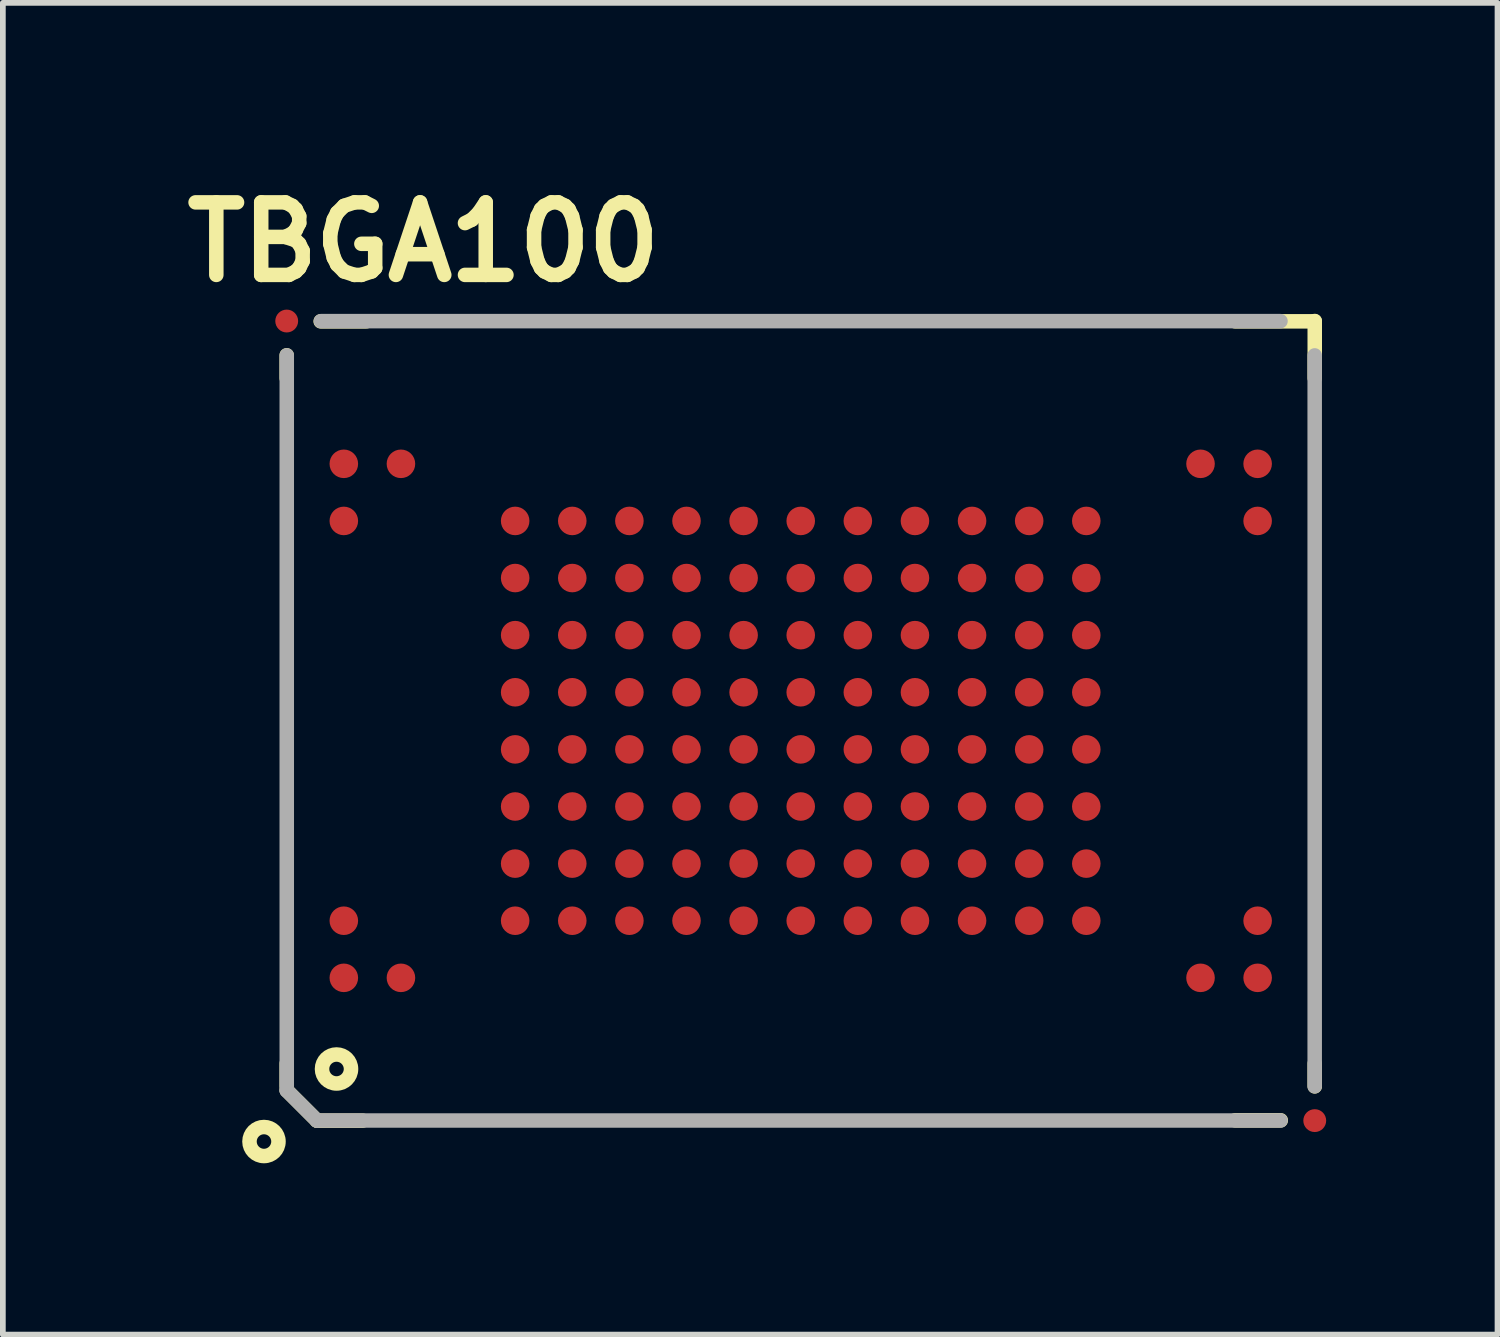
<source format=kicad_pcb>
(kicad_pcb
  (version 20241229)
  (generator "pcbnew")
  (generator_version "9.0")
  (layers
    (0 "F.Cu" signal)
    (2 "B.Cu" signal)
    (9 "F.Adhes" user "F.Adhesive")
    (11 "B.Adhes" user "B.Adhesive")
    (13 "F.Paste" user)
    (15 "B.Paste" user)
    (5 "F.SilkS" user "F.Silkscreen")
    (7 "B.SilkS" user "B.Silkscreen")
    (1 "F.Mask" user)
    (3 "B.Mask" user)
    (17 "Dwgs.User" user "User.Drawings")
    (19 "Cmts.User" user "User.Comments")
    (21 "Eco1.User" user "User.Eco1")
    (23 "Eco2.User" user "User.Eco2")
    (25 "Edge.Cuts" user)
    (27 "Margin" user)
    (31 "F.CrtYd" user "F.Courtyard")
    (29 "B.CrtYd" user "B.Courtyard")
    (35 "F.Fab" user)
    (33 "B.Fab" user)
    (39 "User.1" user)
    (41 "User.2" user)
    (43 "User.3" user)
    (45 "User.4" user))
  (footprint "TBGA100"
    (layer "F.Cu")
    (at 10.97 9.571)
    (property "Reference" "TBGA100" (at -6.604 -8.382 0) (layer "F.SilkS") (effects (font (size 1.27 1.27) (thickness 0.254))))
    (attr smd)
    (fp_line (start -9 -6.4) (end -9 -6) (stroke (width 0.254) (type solid)) (layer "F.SilkS"))
    (fp_line (start -9 6) (end -9 6.4) (stroke (width 0.254) (type solid)) (layer "F.SilkS"))
    (fp_line (start -8.47 7) (end -9 6.47) (stroke (width 0.254) (type solid)) (layer "F.SilkS"))
    (fp_line (start -8.405 -6.995) (end -7.605 -6.995) (stroke (width 0.254) (type solid)) (layer "F.SilkS"))
    (fp_line (start -7.67 7) (end -8.47 7) (stroke (width 0.254) (type solid)) (layer "F.SilkS"))
    (fp_line (start 7.605 -6.995) (end 9 -6.995) (stroke (width 0.254) (type solid)) (layer "F.SilkS"))
    (fp_line (start 7.605 6.995) (end 8.405 6.995) (stroke (width 0.254) (type solid)) (layer "F.SilkS"))
    (fp_line (start 9 -7) (end 9 -6) (stroke (width 0.254) (type solid)) (layer "F.SilkS"))
    (fp_line (start 9 6) (end 9 6.4) (stroke (width 0.254) (type solid)) (layer "F.SilkS"))
    (fp_circle (center -9.398 7.366) (end -9.144 7.366) (stroke (width 0.254) (type solid)) (fill no) (layer "F.SilkS"))
    (fp_circle (center -8.128 6.096) (end -7.874 6.096) (stroke (width 0.254) (type solid)) (fill no) (layer "F.SilkS"))
    (fp_line (start -8.999 -6.398) (end -8.999 6.472) (stroke (width 0.254) (type solid)) (layer "F.Fab"))
    (fp_line (start -8.999 6.472) (end -8.471 6.998) (stroke (width 0.254) (type solid)) (layer "F.Fab"))
    (fp_line (start -8.471 6.998) (end 8.4 6.998) (stroke (width 0.254) (type solid)) (layer "F.Fab"))
    (fp_line (start 8.4 -6.998) (end -8.4 -6.998) (stroke (width 0.254) (type solid)) (layer "F.Fab"))
    (fp_line (start 8.999 6.398) (end 8.999 -6.398) (stroke (width 0.254) (type solid)) (layer "F.Fab"))
    (pad "A1" smd circle (at -8 4.5 90) (size 0.5 0.5) (layers "F.Cu" "F.Mask" "F.Paste"))
    (pad "A2" smd circle (at -8 3.5 90) (size 0.5 0.5) (layers "F.Cu" "F.Mask" "F.Paste"))
    (pad "A9" smd circle (at -8 -3.5 90) (size 0.5 0.5) (layers "F.Cu" "F.Mask" "F.Paste"))
    (pad "A10" smd circle (at -8 -4.5 90) (size 0.5 0.5) (layers "F.Cu" "F.Mask" "F.Paste"))
    (pad "B1" smd circle (at -7 4.5 90) (size 0.5 0.5) (layers "F.Cu" "F.Mask" "F.Paste"))
    (pad "B10" smd circle (at -7 -4.5 90) (size 0.5 0.5) (layers "F.Cu" "F.Mask" "F.Paste"))
    (pad "D2" smd circle (at -5 3.5 90) (size 0.5 0.5) (layers "F.Cu" "F.Mask" "F.Paste"))
    (pad "D3" smd circle (at -5 2.5 90) (size 0.5 0.5) (layers "F.Cu" "F.Mask" "F.Paste"))
    (pad "D4" smd circle (at -5 1.5 90) (size 0.5 0.5) (layers "F.Cu" "F.Mask" "F.Paste"))
    (pad "D5" smd circle (at -5 0.5 90) (size 0.5 0.5) (layers "F.Cu" "F.Mask" "F.Paste"))
    (pad "D6" smd circle (at -5 -0.5 90) (size 0.5 0.5) (layers "F.Cu" "F.Mask" "F.Paste"))
    (pad "D7" smd circle (at -5 -1.5 90) (size 0.5 0.5) (layers "F.Cu" "F.Mask" "F.Paste"))
    (pad "D8" smd circle (at -5 -2.5 90) (size 0.5 0.5) (layers "F.Cu" "F.Mask" "F.Paste"))
    (pad "D9" smd circle (at -5 -3.5 90) (size 0.5 0.5) (layers "F.Cu" "F.Mask" "F.Paste"))
    (pad "E2" smd circle (at -4 3.5 90) (size 0.5 0.5) (layers "F.Cu" "F.Mask" "F.Paste"))
    (pad "E3" smd circle (at -4 2.5 90) (size 0.5 0.5) (layers "F.Cu" "F.Mask" "F.Paste"))
    (pad "E4" smd circle (at -4 1.5 90) (size 0.5 0.5) (layers "F.Cu" "F.Mask" "F.Paste"))
    (pad "E5" smd circle (at -4 0.5 90) (size 0.5 0.5) (layers "F.Cu" "F.Mask" "F.Paste"))
    (pad "E6" smd circle (at -4 -0.5 90) (size 0.5 0.5) (layers "F.Cu" "F.Mask" "F.Paste"))
    (pad "E7" smd circle (at -4 -1.5 90) (size 0.5 0.5) (layers "F.Cu" "F.Mask" "F.Paste"))
    (pad "E8" smd circle (at -4 -2.5 90) (size 0.5 0.5) (layers "F.Cu" "F.Mask" "F.Paste"))
    (pad "E9" smd circle (at -4 -3.5 90) (size 0.5 0.5) (layers "F.Cu" "F.Mask" "F.Paste"))
    (pad "F2" smd circle (at -3 3.5 90) (size 0.5 0.5) (layers "F.Cu" "F.Mask" "F.Paste"))
    (pad "F3" smd circle (at -3 2.5 90) (size 0.5 0.5) (layers "F.Cu" "F.Mask" "F.Paste"))
    (pad "F4" smd circle (at -3 1.5 90) (size 0.5 0.5) (layers "F.Cu" "F.Mask" "F.Paste"))
    (pad "F5" smd circle (at -3 0.5 90) (size 0.5 0.5) (layers "F.Cu" "F.Mask" "F.Paste"))
    (pad "F6" smd circle (at -3 -0.5 90) (size 0.5 0.5) (layers "F.Cu" "F.Mask" "F.Paste"))
    (pad "F7" smd circle (at -3 -1.5 90) (size 0.5 0.5) (layers "F.Cu" "F.Mask" "F.Paste"))
    (pad "F8" smd circle (at -3 -2.5 90) (size 0.5 0.5) (layers "F.Cu" "F.Mask" "F.Paste"))
    (pad "F9" smd circle (at -3 -3.5 90) (size 0.5 0.5) (layers "F.Cu" "F.Mask" "F.Paste"))
    (pad "FID1" smd circle (at 9 7 90) (size 0.4 0.4) (layers "F.Cu" "F.Mask"))
    (pad "FID3" smd circle (at -9 -7 90) (size 0.4 0.4) (layers "F.Cu" "F.Mask"))
    (pad "G2" smd circle (at -2 3.5 90) (size 0.5 0.5) (layers "F.Cu" "F.Mask" "F.Paste"))
    (pad "G3" smd circle (at -2 2.5 90) (size 0.5 0.5) (layers "F.Cu" "F.Mask" "F.Paste"))
    (pad "G4" smd circle (at -2 1.5 90) (size 0.5 0.5) (layers "F.Cu" "F.Mask" "F.Paste"))
    (pad "G5" smd circle (at -2 0.5 90) (size 0.5 0.5) (layers "F.Cu" "F.Mask" "F.Paste"))
    (pad "G6" smd circle (at -2 -0.5 90) (size 0.5 0.5) (layers "F.Cu" "F.Mask" "F.Paste"))
    (pad "G7" smd circle (at -2 -1.5 90) (size 0.5 0.5) (layers "F.Cu" "F.Mask" "F.Paste"))
    (pad "G8" smd circle (at -2 -2.5 90) (size 0.5 0.5) (layers "F.Cu" "F.Mask" "F.Paste"))
    (pad "G9" smd circle (at -2 -3.5 90) (size 0.5 0.5) (layers "F.Cu" "F.Mask" "F.Paste"))
    (pad "H2" smd circle (at -1 3.5 90) (size 0.5 0.5) (layers "F.Cu" "F.Mask" "F.Paste"))
    (pad "H3" smd circle (at -1 2.5 90) (size 0.5 0.5) (layers "F.Cu" "F.Mask" "F.Paste"))
    (pad "H4" smd circle (at -1 1.5 90) (size 0.5 0.5) (layers "F.Cu" "F.Mask" "F.Paste"))
    (pad "H5" smd circle (at -1 0.5 90) (size 0.5 0.5) (layers "F.Cu" "F.Mask" "F.Paste"))
    (pad "H6" smd circle (at -1 -0.5 90) (size 0.5 0.5) (layers "F.Cu" "F.Mask" "F.Paste"))
    (pad "H7" smd circle (at -1 -1.5 90) (size 0.5 0.5) (layers "F.Cu" "F.Mask" "F.Paste"))
    (pad "H8" smd circle (at -1 -2.5 90) (size 0.5 0.5) (layers "F.Cu" "F.Mask" "F.Paste"))
    (pad "H9" smd circle (at -1 -3.5 90) (size 0.5 0.5) (layers "F.Cu" "F.Mask" "F.Paste"))
    (pad "J2" smd circle (at 0 3.5 90) (size 0.5 0.5) (layers "F.Cu" "F.Mask" "F.Paste"))
    (pad "J3" smd circle (at 0 2.5 90) (size 0.5 0.5) (layers "F.Cu" "F.Mask" "F.Paste"))
    (pad "J4" smd circle (at 0 1.5 90) (size 0.5 0.5) (layers "F.Cu" "F.Mask" "F.Paste"))
    (pad "J5" smd circle (at 0 0.5 90) (size 0.5 0.5) (layers "F.Cu" "F.Mask" "F.Paste"))
    (pad "J6" smd circle (at 0 -0.5 90) (size 0.5 0.5) (layers "F.Cu" "F.Mask" "F.Paste"))
    (pad "J7" smd circle (at 0 -1.5 90) (size 0.5 0.5) (layers "F.Cu" "F.Mask" "F.Paste"))
    (pad "J8" smd circle (at 0 -2.5 90) (size 0.5 0.5) (layers "F.Cu" "F.Mask" "F.Paste"))
    (pad "J9" smd circle (at 0 -3.5 90) (size 0.5 0.5) (layers "F.Cu" "F.Mask" "F.Paste"))
    (pad "K2" smd circle (at 1 3.5 90) (size 0.5 0.5) (layers "F.Cu" "F.Mask" "F.Paste"))
    (pad "K3" smd circle (at 1 2.5 90) (size 0.5 0.5) (layers "F.Cu" "F.Mask" "F.Paste"))
    (pad "K4" smd circle (at 1 1.5 90) (size 0.5 0.5) (layers "F.Cu" "F.Mask" "F.Paste"))
    (pad "K5" smd circle (at 1 0.5 90) (size 0.5 0.5) (layers "F.Cu" "F.Mask" "F.Paste"))
    (pad "K6" smd circle (at 1 -0.5 90) (size 0.5 0.5) (layers "F.Cu" "F.Mask" "F.Paste"))
    (pad "K7" smd circle (at 1 -1.5 90) (size 0.5 0.5) (layers "F.Cu" "F.Mask" "F.Paste"))
    (pad "K8" smd circle (at 1 -2.5 90) (size 0.5 0.5) (layers "F.Cu" "F.Mask" "F.Paste"))
    (pad "K9" smd circle (at 1 -3.5 90) (size 0.5 0.5) (layers "F.Cu" "F.Mask" "F.Paste"))
    (pad "L2" smd circle (at 2 3.5 90) (size 0.5 0.5) (layers "F.Cu" "F.Mask" "F.Paste"))
    (pad "L3" smd circle (at 2 2.5 90) (size 0.5 0.5) (layers "F.Cu" "F.Mask" "F.Paste"))
    (pad "L4" smd circle (at 2 1.5 90) (size 0.5 0.5) (layers "F.Cu" "F.Mask" "F.Paste"))
    (pad "L5" smd circle (at 2 0.5 90) (size 0.5 0.5) (layers "F.Cu" "F.Mask" "F.Paste"))
    (pad "L6" smd circle (at 2 -0.5 90) (size 0.5 0.5) (layers "F.Cu" "F.Mask" "F.Paste"))
    (pad "L7" smd circle (at 2 -1.5 90) (size 0.5 0.5) (layers "F.Cu" "F.Mask" "F.Paste"))
    (pad "L8" smd circle (at 2 -2.5 90) (size 0.5 0.5) (layers "F.Cu" "F.Mask" "F.Paste"))
    (pad "L9" smd circle (at 2 -3.5 90) (size 0.5 0.5) (layers "F.Cu" "F.Mask" "F.Paste"))
    (pad "M2" smd circle (at 3 3.5 90) (size 0.5 0.5) (layers "F.Cu" "F.Mask" "F.Paste"))
    (pad "M3" smd circle (at 3 2.5 90) (size 0.5 0.5) (layers "F.Cu" "F.Mask" "F.Paste"))
    (pad "M4" smd circle (at 3 1.5 90) (size 0.5 0.5) (layers "F.Cu" "F.Mask" "F.Paste"))
    (pad "M5" smd circle (at 3 0.5 90) (size 0.5 0.5) (layers "F.Cu" "F.Mask" "F.Paste"))
    (pad "M6" smd circle (at 3 -0.5 90) (size 0.5 0.5) (layers "F.Cu" "F.Mask" "F.Paste"))
    (pad "M7" smd circle (at 3 -1.5 90) (size 0.5 0.5) (layers "F.Cu" "F.Mask" "F.Paste"))
    (pad "M8" smd circle (at 3 -2.5 90) (size 0.5 0.5) (layers "F.Cu" "F.Mask" "F.Paste"))
    (pad "M9" smd circle (at 3 -3.5 90) (size 0.5 0.5) (layers "F.Cu" "F.Mask" "F.Paste"))
    (pad "N2" smd circle (at 4 3.5 90) (size 0.5 0.5) (layers "F.Cu" "F.Mask" "F.Paste"))
    (pad "N3" smd circle (at 4 2.5 90) (size 0.5 0.5) (layers "F.Cu" "F.Mask" "F.Paste"))
    (pad "N4" smd circle (at 4 1.5 90) (size 0.5 0.5) (layers "F.Cu" "F.Mask" "F.Paste"))
    (pad "N5" smd circle (at 4 0.5 90) (size 0.5 0.5) (layers "F.Cu" "F.Mask" "F.Paste"))
    (pad "N6" smd circle (at 4 -0.5 90) (size 0.5 0.5) (layers "F.Cu" "F.Mask" "F.Paste"))
    (pad "N7" smd circle (at 4 -1.5 90) (size 0.5 0.5) (layers "F.Cu" "F.Mask" "F.Paste"))
    (pad "N8" smd circle (at 4 -2.5 90) (size 0.5 0.5) (layers "F.Cu" "F.Mask" "F.Paste"))
    (pad "N9" smd circle (at 4 -3.5 90) (size 0.5 0.5) (layers "F.Cu" "F.Mask" "F.Paste"))
    (pad "P2" smd circle (at 5 3.5 90) (size 0.5 0.5) (layers "F.Cu" "F.Mask" "F.Paste"))
    (pad "P3" smd circle (at 5 2.5 90) (size 0.5 0.5) (layers "F.Cu" "F.Mask" "F.Paste"))
    (pad "P4" smd circle (at 5 1.5 90) (size 0.5 0.5) (layers "F.Cu" "F.Mask" "F.Paste"))
    (pad "P5" smd circle (at 5 0.5 90) (size 0.5 0.5) (layers "F.Cu" "F.Mask" "F.Paste"))
    (pad "P6" smd circle (at 5 -0.5 90) (size 0.5 0.5) (layers "F.Cu" "F.Mask" "F.Paste"))
    (pad "P7" smd circle (at 5 -1.5 90) (size 0.5 0.5) (layers "F.Cu" "F.Mask" "F.Paste"))
    (pad "P8" smd circle (at 5 -2.5 90) (size 0.5 0.5) (layers "F.Cu" "F.Mask" "F.Paste"))
    (pad "P9" smd circle (at 5 -3.5 90) (size 0.5 0.5) (layers "F.Cu" "F.Mask" "F.Paste"))
    (pad "T1" smd circle (at 7 4.5 90) (size 0.5 0.5) (layers "F.Cu" "F.Mask" "F.Paste"))
    (pad "T10" smd circle (at 7 -4.5 90) (size 0.5 0.5) (layers "F.Cu" "F.Mask" "F.Paste"))
    (pad "U1" smd circle (at 8 4.5 90) (size 0.5 0.5) (layers "F.Cu" "F.Mask" "F.Paste"))
    (pad "U2" smd circle (at 8 3.5 90) (size 0.5 0.5) (layers "F.Cu" "F.Mask" "F.Paste"))
    (pad "U9" smd circle (at 8 -3.5 90) (size 0.5 0.5) (layers "F.Cu" "F.Mask" "F.Paste"))
    (pad "U10" smd circle (at 8 -4.5 90) (size 0.5 0.5) (layers "F.Cu" "F.Mask" "F.Paste")))
  (gr_rect
    (start -3 -3)
    (end 23.17 20.318)
    (stroke (width 0.1) (type default))
    (fill no)
    (layer "Edge.Cuts")))
</source>
